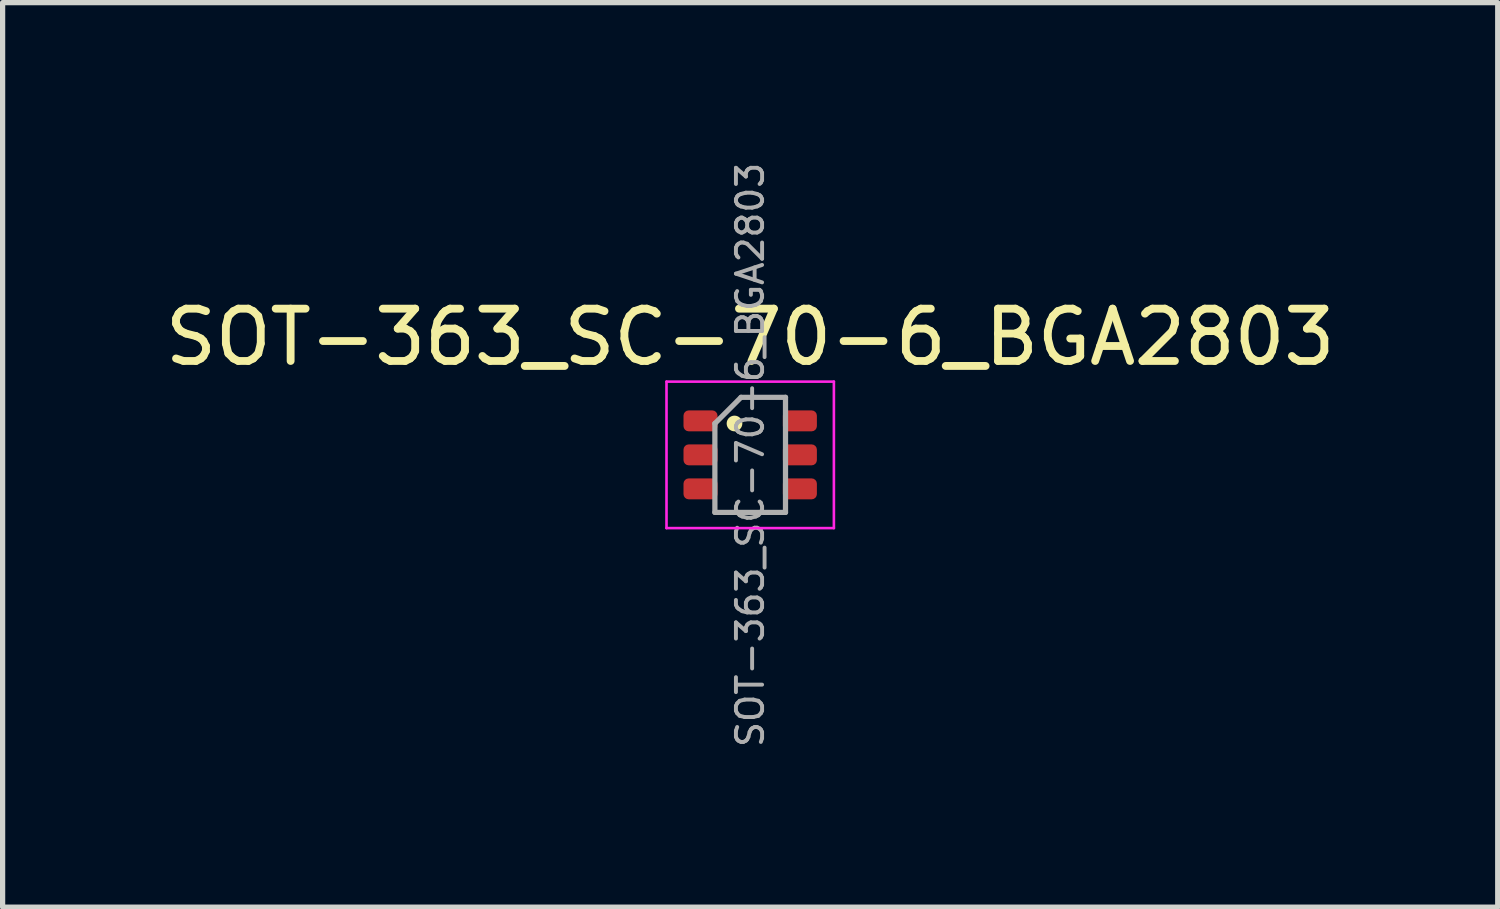
<source format=kicad_pcb>
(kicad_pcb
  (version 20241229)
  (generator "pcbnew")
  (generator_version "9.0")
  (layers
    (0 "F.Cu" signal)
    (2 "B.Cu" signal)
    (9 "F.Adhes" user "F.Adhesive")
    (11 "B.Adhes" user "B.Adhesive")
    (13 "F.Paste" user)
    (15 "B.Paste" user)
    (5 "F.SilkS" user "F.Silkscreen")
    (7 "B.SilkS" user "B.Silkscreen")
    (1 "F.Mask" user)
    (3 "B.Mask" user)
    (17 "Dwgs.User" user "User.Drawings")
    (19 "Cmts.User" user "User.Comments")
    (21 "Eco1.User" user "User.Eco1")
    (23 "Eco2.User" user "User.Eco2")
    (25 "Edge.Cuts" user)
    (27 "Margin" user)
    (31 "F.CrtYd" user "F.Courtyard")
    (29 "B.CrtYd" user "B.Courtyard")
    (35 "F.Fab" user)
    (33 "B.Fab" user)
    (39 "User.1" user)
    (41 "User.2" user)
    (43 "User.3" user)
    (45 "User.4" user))
  (footprint "SOT-363_SC-70-6_BGA2803"
    (layer "F.Cu")
    (at 11.292 5.646)
    (property "Reference" "SOT-363_SC-70-6_BGA2803" (at 0 -2.25 0) (layer "F.SilkS") (effects (font (size 1 1) (thickness 0.15))))
    (attr smd)
    (fp_circle (center -0.3 -0.6) (end -0.3 -0.7) (stroke (width 0.1) (type solid)) (fill yes) (layer "F.SilkS"))
    (fp_line (start -1.6 -1.4) (end -1.6 1.4) (stroke (width 0.05) (type solid)) (layer "F.CrtYd"))
    (fp_line (start -1.6 -1.4) (end 1.6 -1.4) (stroke (width 0.05) (type solid)) (layer "F.CrtYd"))
    (fp_line (start -1.6 1.4) (end 1.6 1.4) (stroke (width 0.05) (type solid)) (layer "F.CrtYd"))
    (fp_line (start 1.6 1.4) (end 1.6 -1.4) (stroke (width 0.05) (type solid)) (layer "F.CrtYd"))
    (fp_line (start -0.675 -0.6) (end -0.675 1.1) (stroke (width 0.1) (type solid)) (layer "F.Fab"))
    (fp_line (start -0.175 -1.1) (end -0.675 -0.6) (stroke (width 0.1) (type solid)) (layer "F.Fab"))
    (fp_line (start 0.675 -1.1) (end -0.175 -1.1) (stroke (width 0.1) (type solid)) (layer "F.Fab"))
    (fp_line (start 0.675 -1.1) (end 0.675 1.1) (stroke (width 0.1) (type solid)) (layer "F.Fab"))
    (fp_line (start 0.675 1.1) (end -0.675 1.1) (stroke (width 0.1) (type solid)) (layer "F.Fab"))
    (fp_text user "${REFERENCE}" (at 0 0 90) (layer "F.Fab") (effects (font (size 0.5 0.5) (thickness 0.075))))
    (pad "1" smd roundrect (at -0.95 -0.65) (size 0.65 0.4) (layers "F.Cu" "F.Mask" "F.Paste") (roundrect_rratio 0.25))
    (pad "2" smd roundrect (at -0.95 0) (size 0.65 0.4) (layers "F.Cu" "F.Mask" "F.Paste") (roundrect_rratio 0.25))
    (pad "3" smd roundrect (at -0.95 0.65) (size 0.65 0.4) (layers "F.Cu" "F.Mask" "F.Paste") (roundrect_rratio 0.25))
    (pad "4" smd roundrect (at 0.95 0.65) (size 0.65 0.4) (layers "F.Cu" "F.Mask" "F.Paste") (roundrect_rratio 0.25))
    (pad "5" smd roundrect (at 0.95 0) (size 0.65 0.4) (layers "F.Cu" "F.Mask" "F.Paste") (roundrect_rratio 0.25))
    (pad "6" smd roundrect (at 0.95 -0.65) (size 0.65 0.4) (layers "F.Cu" "F.Mask" "F.Paste") (roundrect_rratio 0.25)))
  (gr_rect
    (start -3 -3)
    (end 25.583 14.292)
    (stroke (width 0.1) (type default))
    (fill no)
    (layer "Edge.Cuts")))
</source>
